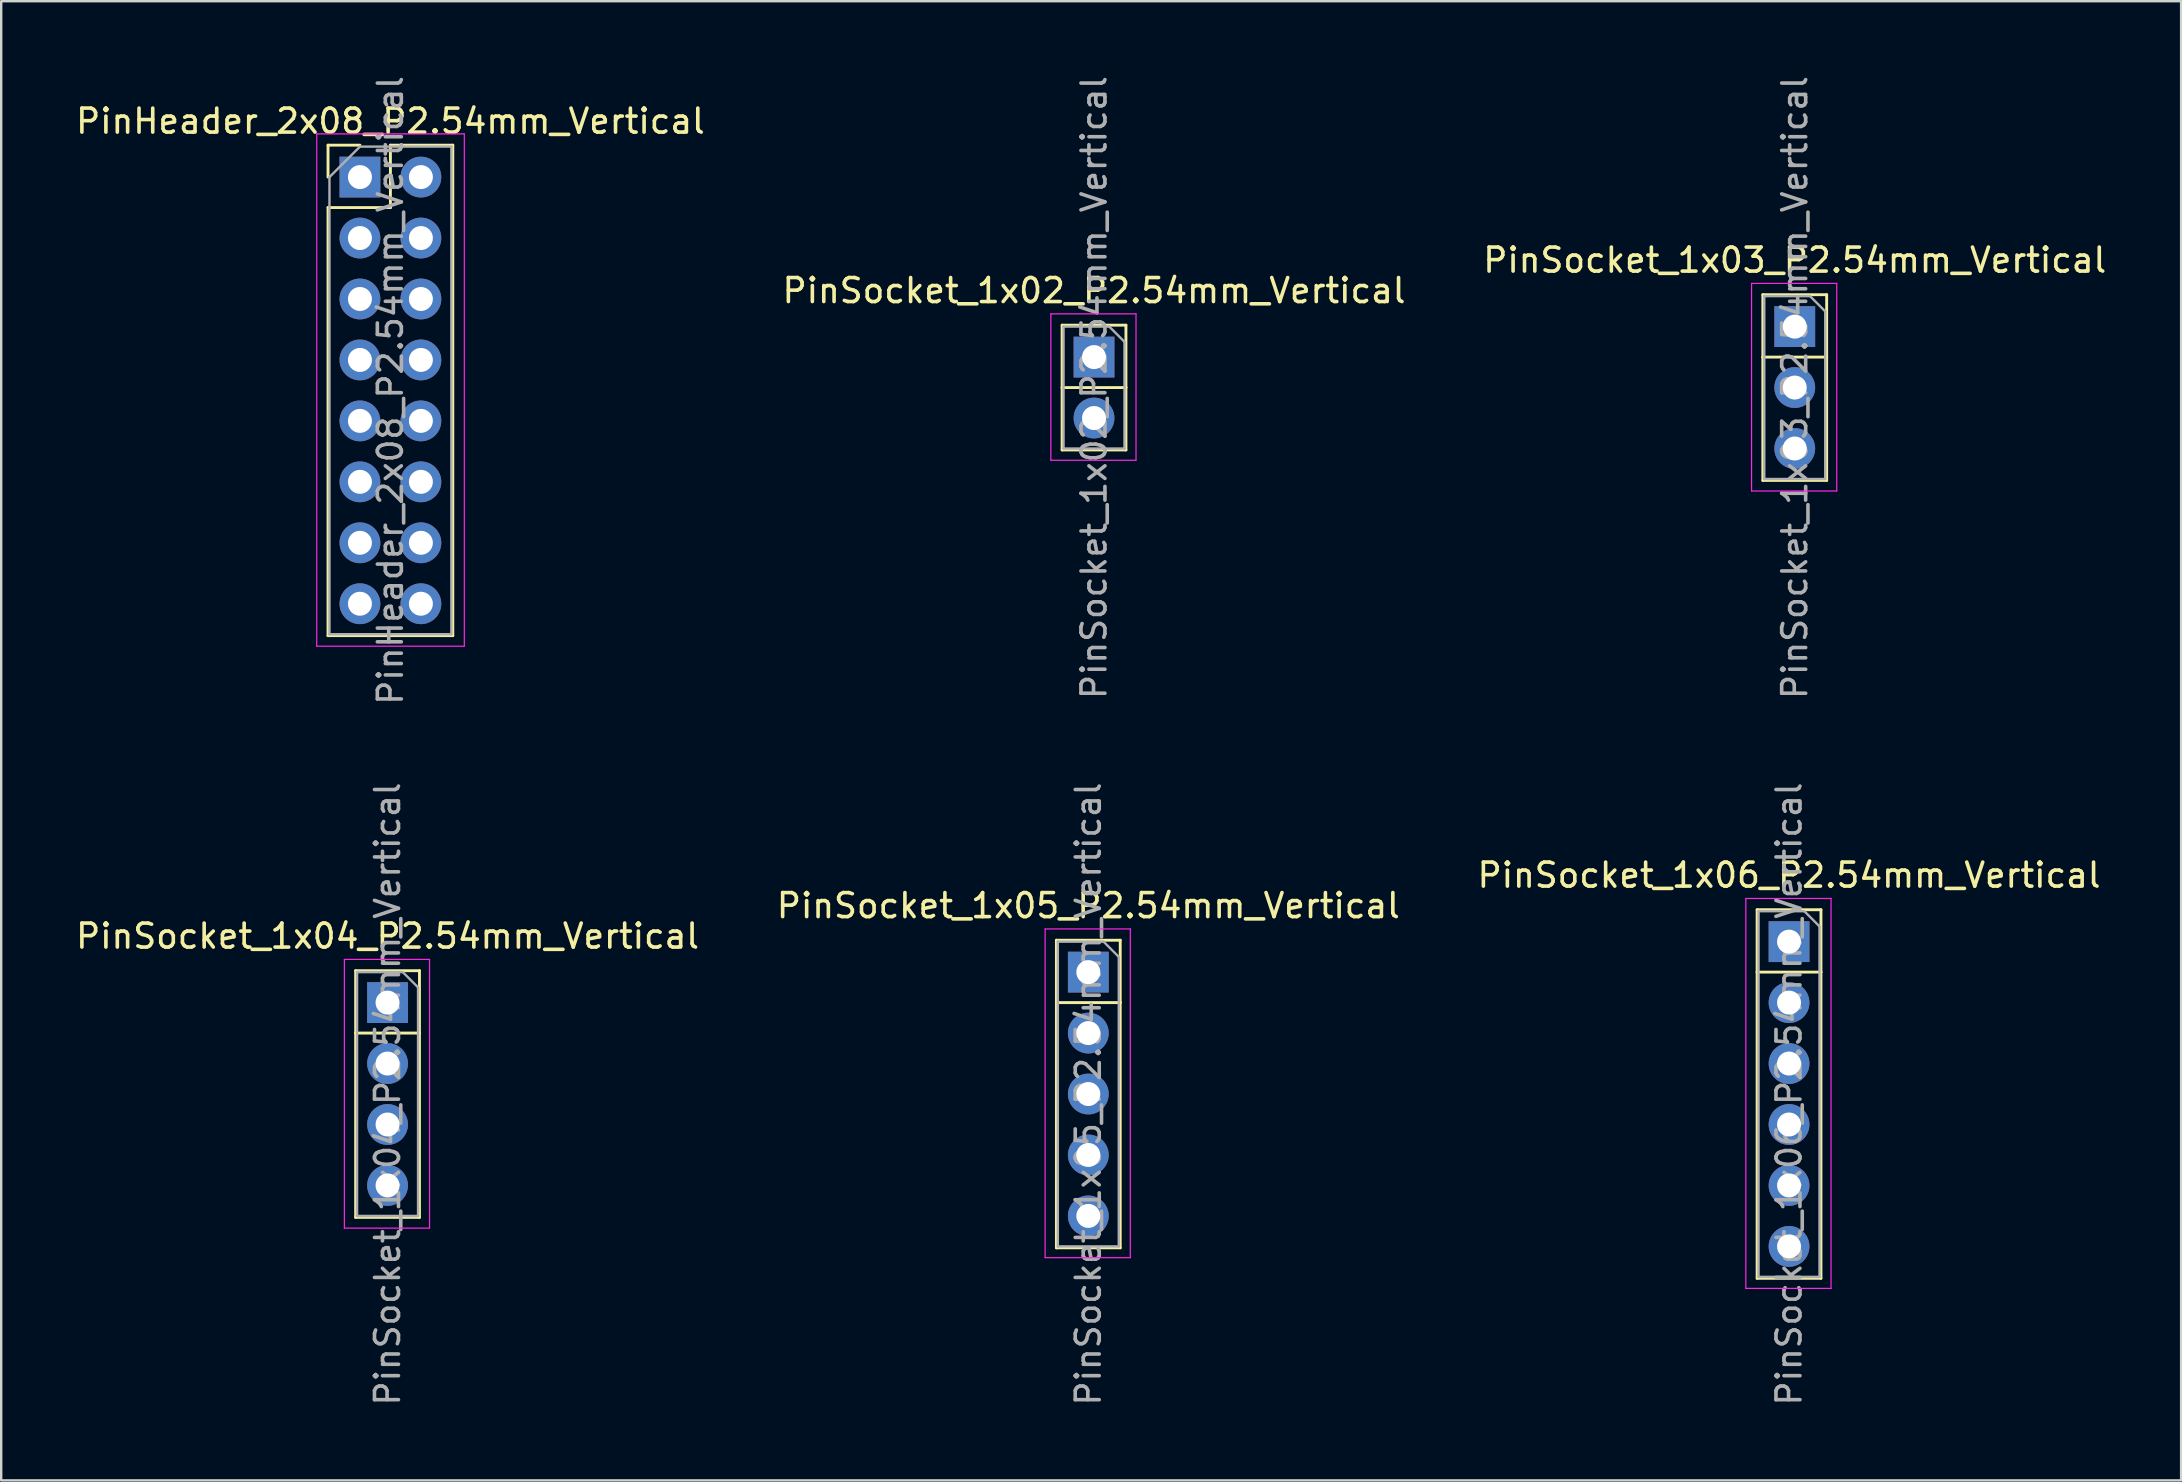
<source format=kicad_pcb>
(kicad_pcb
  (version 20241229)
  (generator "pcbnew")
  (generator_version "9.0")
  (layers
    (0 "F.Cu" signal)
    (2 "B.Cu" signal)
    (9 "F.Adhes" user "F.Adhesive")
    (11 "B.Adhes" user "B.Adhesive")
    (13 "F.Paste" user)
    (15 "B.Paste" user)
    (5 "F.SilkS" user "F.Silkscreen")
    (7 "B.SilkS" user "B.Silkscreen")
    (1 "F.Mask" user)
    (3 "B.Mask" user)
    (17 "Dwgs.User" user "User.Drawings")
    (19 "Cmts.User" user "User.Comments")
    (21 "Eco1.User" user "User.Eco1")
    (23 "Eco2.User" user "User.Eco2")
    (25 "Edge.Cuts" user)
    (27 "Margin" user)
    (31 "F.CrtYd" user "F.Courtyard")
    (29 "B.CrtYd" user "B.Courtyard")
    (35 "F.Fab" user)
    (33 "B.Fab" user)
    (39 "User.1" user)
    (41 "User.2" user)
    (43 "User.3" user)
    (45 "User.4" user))
  (footprint "PinHeader_2x08_P2.54mm_Vertical"
    (layer "F.Cu")
    (at 11.95 4.33)
    (property "Reference" "PinHeader_2x08_P2.54mm_Vertical" (at 1.27 -2.33 0) (layer "F.SilkS") (effects (font (size 1 1) (thickness 0.15))))
    (attr through_hole)
    (fp_line (start -1.33 -1.33) (end 0 -1.33) (stroke (width 0.12) (type solid)) (layer "F.SilkS"))
    (fp_line (start -1.33 0) (end -1.33 -1.33) (stroke (width 0.12) (type solid)) (layer "F.SilkS"))
    (fp_line (start -1.33 1.27) (end -1.33 19.11) (stroke (width 0.12) (type solid)) (layer "F.SilkS"))
    (fp_line (start -1.33 1.27) (end 1.27 1.27) (stroke (width 0.12) (type solid)) (layer "F.SilkS"))
    (fp_line (start -1.33 19.11) (end 3.87 19.11) (stroke (width 0.12) (type solid)) (layer "F.SilkS"))
    (fp_line (start 1.27 -1.33) (end 3.87 -1.33) (stroke (width 0.12) (type solid)) (layer "F.SilkS"))
    (fp_line (start 1.27 1.27) (end 1.27 -1.33) (stroke (width 0.12) (type solid)) (layer "F.SilkS"))
    (fp_line (start 3.87 -1.33) (end 3.87 19.11) (stroke (width 0.12) (type solid)) (layer "F.SilkS"))
    (fp_line (start -1.8 -1.8) (end -1.8 19.55) (stroke (width 0.05) (type solid)) (layer "F.CrtYd"))
    (fp_line (start -1.8 19.55) (end 4.35 19.55) (stroke (width 0.05) (type solid)) (layer "F.CrtYd"))
    (fp_line (start 4.35 -1.8) (end -1.8 -1.8) (stroke (width 0.05) (type solid)) (layer "F.CrtYd"))
    (fp_line (start 4.35 19.55) (end 4.35 -1.8) (stroke (width 0.05) (type solid)) (layer "F.CrtYd"))
    (fp_line (start -1.27 0) (end 0 -1.27) (stroke (width 0.1) (type solid)) (layer "F.Fab"))
    (fp_line (start -1.27 19.05) (end -1.27 0) (stroke (width 0.1) (type solid)) (layer "F.Fab"))
    (fp_line (start 0 -1.27) (end 3.81 -1.27) (stroke (width 0.1) (type solid)) (layer "F.Fab"))
    (fp_line (start 3.81 -1.27) (end 3.81 19.05) (stroke (width 0.1) (type solid)) (layer "F.Fab"))
    (fp_line (start 3.81 19.05) (end -1.27 19.05) (stroke (width 0.1) (type solid)) (layer "F.Fab"))
    (fp_text user "${REFERENCE}" (at 1.27 8.89 90) (layer "F.Fab") (effects (font (size 1 1) (thickness 0.15))))
    (pad "1" thru_hole rect (at 0 0) (size 1.7 1.7) (drill 1) (layers "*.Cu" "*.Mask"))
    (pad "2" thru_hole oval (at 2.54 0) (size 1.7 1.7) (drill 1) (layers "*.Cu" "*.Mask"))
    (pad "3" thru_hole oval (at 0 2.54) (size 1.7 1.7) (drill 1) (layers "*.Cu" "*.Mask"))
    (pad "4" thru_hole oval (at 2.54 2.54) (size 1.7 1.7) (drill 1) (layers "*.Cu" "*.Mask"))
    (pad "5" thru_hole oval (at 0 5.08) (size 1.7 1.7) (drill 1) (layers "*.Cu" "*.Mask"))
    (pad "6" thru_hole oval (at 2.54 5.08) (size 1.7 1.7) (drill 1) (layers "*.Cu" "*.Mask"))
    (pad "7" thru_hole oval (at 0 7.62) (size 1.7 1.7) (drill 1) (layers "*.Cu" "*.Mask"))
    (pad "8" thru_hole oval (at 2.54 7.62) (size 1.7 1.7) (drill 1) (layers "*.Cu" "*.Mask"))
    (pad "9" thru_hole oval (at 0 10.16) (size 1.7 1.7) (drill 1) (layers "*.Cu" "*.Mask"))
    (pad "10" thru_hole oval (at 2.54 10.16) (size 1.7 1.7) (drill 1) (layers "*.Cu" "*.Mask"))
    (pad "11" thru_hole oval (at 0 12.7) (size 1.7 1.7) (drill 1) (layers "*.Cu" "*.Mask"))
    (pad "12" thru_hole oval (at 2.54 12.7) (size 1.7 1.7) (drill 1) (layers "*.Cu" "*.Mask"))
    (pad "13" thru_hole oval (at 0 15.24) (size 1.7 1.7) (drill 1) (layers "*.Cu" "*.Mask"))
    (pad "14" thru_hole oval (at 2.54 15.24) (size 1.7 1.7) (drill 1) (layers "*.Cu" "*.Mask"))
    (pad "15" thru_hole oval (at 0 17.78) (size 1.7 1.7) (drill 1) (layers "*.Cu" "*.Mask"))
    (pad "16" thru_hole oval (at 2.54 17.78) (size 1.7 1.7) (drill 1) (layers "*.Cu" "*.Mask")))
  (footprint "PinSocket_1x03_P2.54mm_Vertical"
    (layer "F.Cu")
    (at 71.744 10.561)
    (property "Reference" "PinSocket_1x03_P2.54mm_Vertical" (at 0 -2.77 0) (layer "F.SilkS") (effects (font (size 1 1) (thickness 0.15))))
    (attr through_hole)
    (fp_line (start -1.33 -1.33) (end -1.33 1.27) (stroke (width 0.12) (type solid)) (layer "F.SilkS"))
    (fp_line (start -1.33 -1.33) (end 1.33 -1.33) (stroke (width 0.12) (type solid)) (layer "F.SilkS"))
    (fp_line (start -1.33 1.27) (end -1.33 6.41) (stroke (width 0.12) (type solid)) (layer "F.SilkS"))
    (fp_line (start -1.33 1.27) (end 1.33 1.27) (stroke (width 0.12) (type solid)) (layer "F.SilkS"))
    (fp_line (start -1.33 6.41) (end 1.33 6.41) (stroke (width 0.12) (type solid)) (layer "F.SilkS"))
    (fp_line (start 1.33 -1.33) (end 1.33 1.27) (stroke (width 0.12) (type solid)) (layer "F.SilkS"))
    (fp_line (start 1.33 1.27) (end 1.33 6.41) (stroke (width 0.12) (type solid)) (layer "F.SilkS"))
    (fp_line (start -1.8 -1.8) (end 1.75 -1.8) (stroke (width 0.05) (type solid)) (layer "F.CrtYd"))
    (fp_line (start -1.8 6.85) (end -1.8 -1.8) (stroke (width 0.05) (type solid)) (layer "F.CrtYd"))
    (fp_line (start 1.75 -1.8) (end 1.75 6.85) (stroke (width 0.05) (type solid)) (layer "F.CrtYd"))
    (fp_line (start 1.75 6.85) (end -1.8 6.85) (stroke (width 0.05) (type solid)) (layer "F.CrtYd"))
    (fp_line (start -1.27 -1.27) (end 0.635 -1.27) (stroke (width 0.1) (type solid)) (layer "F.Fab"))
    (fp_line (start -1.27 6.35) (end -1.27 -1.27) (stroke (width 0.1) (type solid)) (layer "F.Fab"))
    (fp_line (start 0.635 -1.27) (end 1.27 -0.635) (stroke (width 0.1) (type solid)) (layer "F.Fab"))
    (fp_line (start 1.27 -0.635) (end 1.27 6.35) (stroke (width 0.1) (type solid)) (layer "F.Fab"))
    (fp_line (start 1.27 6.35) (end -1.27 6.35) (stroke (width 0.1) (type solid)) (layer "F.Fab"))
    (fp_text user "${REFERENCE}" (at 0 2.54 90) (layer "F.Fab") (effects (font (size 1 1) (thickness 0.15))))
    (pad "1" thru_hole rect (at 0 0) (size 1.7 1.7) (drill 1) (layers "*.Cu" "*.Mask"))
    (pad "2" thru_hole oval (at 0 2.54) (size 1.7 1.7) (drill 1) (layers "*.Cu" "*.Mask"))
    (pad "3" thru_hole oval (at 0 5.08) (size 1.7 1.7) (drill 1) (layers "*.Cu" "*.Mask")))
  (footprint "PinSocket_1x02_P2.54mm_Vertical"
    (layer "F.Cu")
    (at 42.542 11.831)
    (property "Reference" "PinSocket_1x02_P2.54mm_Vertical" (at 0 -2.77 0) (layer "F.SilkS") (effects (font (size 1 1) (thickness 0.15))))
    (attr through_hole)
    (fp_line (start -1.33 -1.33) (end -1.33 1.27) (stroke (width 0.12) (type solid)) (layer "F.SilkS"))
    (fp_line (start -1.33 -1.33) (end 1.33 -1.33) (stroke (width 0.12) (type solid)) (layer "F.SilkS"))
    (fp_line (start -1.33 1.27) (end -1.33 3.87) (stroke (width 0.12) (type solid)) (layer "F.SilkS"))
    (fp_line (start -1.33 1.27) (end 1.33 1.27) (stroke (width 0.12) (type solid)) (layer "F.SilkS"))
    (fp_line (start -1.33 3.87) (end 1.33 3.87) (stroke (width 0.12) (type solid)) (layer "F.SilkS"))
    (fp_line (start 1.33 -1.33) (end 1.33 1.27) (stroke (width 0.12) (type solid)) (layer "F.SilkS"))
    (fp_line (start 1.33 1.27) (end 1.33 3.87) (stroke (width 0.12) (type solid)) (layer "F.SilkS"))
    (fp_line (start -1.8 -1.8) (end 1.75 -1.8) (stroke (width 0.05) (type solid)) (layer "F.CrtYd"))
    (fp_line (start -1.8 4.3) (end -1.8 -1.8) (stroke (width 0.05) (type solid)) (layer "F.CrtYd"))
    (fp_line (start 1.75 -1.8) (end 1.75 4.3) (stroke (width 0.05) (type solid)) (layer "F.CrtYd"))
    (fp_line (start 1.75 4.3) (end -1.8 4.3) (stroke (width 0.05) (type solid)) (layer "F.CrtYd"))
    (fp_line (start -1.27 -1.27) (end 0.635 -1.27) (stroke (width 0.1) (type solid)) (layer "F.Fab"))
    (fp_line (start -1.27 3.81) (end -1.27 -1.27) (stroke (width 0.1) (type solid)) (layer "F.Fab"))
    (fp_line (start 0.635 -1.27) (end 1.27 -0.635) (stroke (width 0.1) (type solid)) (layer "F.Fab"))
    (fp_line (start 1.27 -0.635) (end 1.27 3.81) (stroke (width 0.1) (type solid)) (layer "F.Fab"))
    (fp_line (start 1.27 3.81) (end -1.27 3.81) (stroke (width 0.1) (type solid)) (layer "F.Fab"))
    (fp_text user "${REFERENCE}" (at 0 1.27 90) (layer "F.Fab") (effects (font (size 1 1) (thickness 0.15))))
    (pad "1" thru_hole rect (at 0 0) (size 1.7 1.7) (drill 1) (layers "*.Cu" "*.Mask"))
    (pad "2" thru_hole oval (at 0 2.54) (size 1.7 1.7) (drill 1) (layers "*.Cu" "*.Mask")))
  (footprint "PinSocket_1x06_P2.54mm_Vertical"
    (layer "F.Cu")
    (at 71.506 36.192)
    (property "Reference" "PinSocket_1x06_P2.54mm_Vertical" (at 0 -2.77 0) (layer "F.SilkS") (effects (font (size 1 1) (thickness 0.15))))
    (attr through_hole)
    (fp_line (start -1.33 -1.33) (end -1.33 1.27) (stroke (width 0.12) (type solid)) (layer "F.SilkS"))
    (fp_line (start -1.33 -1.33) (end 1.33 -1.33) (stroke (width 0.12) (type solid)) (layer "F.SilkS"))
    (fp_line (start -1.33 1.27) (end -1.33 14.03) (stroke (width 0.12) (type solid)) (layer "F.SilkS"))
    (fp_line (start -1.33 1.27) (end 1.33 1.27) (stroke (width 0.12) (type solid)) (layer "F.SilkS"))
    (fp_line (start -1.33 14.03) (end 1.33 14.03) (stroke (width 0.12) (type solid)) (layer "F.SilkS"))
    (fp_line (start 1.33 -1.33) (end 1.33 1.27) (stroke (width 0.12) (type solid)) (layer "F.SilkS"))
    (fp_line (start 1.33 1.27) (end 1.33 14.03) (stroke (width 0.12) (type solid)) (layer "F.SilkS"))
    (fp_line (start -1.8 -1.8) (end 1.75 -1.8) (stroke (width 0.05) (type solid)) (layer "F.CrtYd"))
    (fp_line (start -1.8 14.45) (end -1.8 -1.8) (stroke (width 0.05) (type solid)) (layer "F.CrtYd"))
    (fp_line (start 1.75 -1.8) (end 1.75 14.45) (stroke (width 0.05) (type solid)) (layer "F.CrtYd"))
    (fp_line (start 1.75 14.45) (end -1.8 14.45) (stroke (width 0.05) (type solid)) (layer "F.CrtYd"))
    (fp_line (start -1.27 -1.27) (end 0.635 -1.27) (stroke (width 0.1) (type solid)) (layer "F.Fab"))
    (fp_line (start -1.27 13.97) (end -1.27 -1.27) (stroke (width 0.1) (type solid)) (layer "F.Fab"))
    (fp_line (start 0.635 -1.27) (end 1.27 -0.635) (stroke (width 0.1) (type solid)) (layer "F.Fab"))
    (fp_line (start 1.27 -0.635) (end 1.27 13.97) (stroke (width 0.1) (type solid)) (layer "F.Fab"))
    (fp_line (start 1.27 13.97) (end -1.27 13.97) (stroke (width 0.1) (type solid)) (layer "F.Fab"))
    (fp_text user "${REFERENCE}" (at 0 6.35 90) (layer "F.Fab") (effects (font (size 1 1) (thickness 0.15))))
    (pad "1" thru_hole rect (at 0 0) (size 1.7 1.7) (drill 1) (layers "*.Cu" "*.Mask"))
    (pad "2" thru_hole oval (at 0 2.54) (size 1.7 1.7) (drill 1) (layers "*.Cu" "*.Mask"))
    (pad "3" thru_hole oval (at 0 5.08) (size 1.7 1.7) (drill 1) (layers "*.Cu" "*.Mask"))
    (pad "4" thru_hole oval (at 0 7.62) (size 1.7 1.7) (drill 1) (layers "*.Cu" "*.Mask"))
    (pad "5" thru_hole oval (at 0 10.16) (size 1.7 1.7) (drill 1) (layers "*.Cu" "*.Mask"))
    (pad "6" thru_hole oval (at 0 12.7) (size 1.7 1.7) (drill 1) (layers "*.Cu" "*.Mask")))
  (footprint "PinSocket_1x04_P2.54mm_Vertical"
    (layer "F.Cu")
    (at 13.101 38.732)
    (property "Reference" "PinSocket_1x04_P2.54mm_Vertical" (at 0 -2.77 0) (layer "F.SilkS") (effects (font (size 1 1) (thickness 0.15))))
    (attr through_hole)
    (fp_line (start -1.33 -1.33) (end -1.33 1.27) (stroke (width 0.12) (type solid)) (layer "F.SilkS"))
    (fp_line (start -1.33 -1.33) (end 1.33 -1.33) (stroke (width 0.12) (type solid)) (layer "F.SilkS"))
    (fp_line (start -1.33 1.27) (end -1.33 8.95) (stroke (width 0.12) (type solid)) (layer "F.SilkS"))
    (fp_line (start -1.33 1.27) (end 1.33 1.27) (stroke (width 0.12) (type solid)) (layer "F.SilkS"))
    (fp_line (start -1.33 8.95) (end 1.33 8.95) (stroke (width 0.12) (type solid)) (layer "F.SilkS"))
    (fp_line (start 1.33 -1.33) (end 1.33 1.27) (stroke (width 0.12) (type solid)) (layer "F.SilkS"))
    (fp_line (start 1.33 1.27) (end 1.33 8.95) (stroke (width 0.12) (type solid)) (layer "F.SilkS"))
    (fp_line (start -1.8 -1.8) (end 1.75 -1.8) (stroke (width 0.05) (type solid)) (layer "F.CrtYd"))
    (fp_line (start -1.8 9.4) (end -1.8 -1.8) (stroke (width 0.05) (type solid)) (layer "F.CrtYd"))
    (fp_line (start 1.75 -1.8) (end 1.75 9.4) (stroke (width 0.05) (type solid)) (layer "F.CrtYd"))
    (fp_line (start 1.75 9.4) (end -1.8 9.4) (stroke (width 0.05) (type solid)) (layer "F.CrtYd"))
    (fp_line (start -1.27 -1.27) (end 0.635 -1.27) (stroke (width 0.1) (type solid)) (layer "F.Fab"))
    (fp_line (start -1.27 8.89) (end -1.27 -1.27) (stroke (width 0.1) (type solid)) (layer "F.Fab"))
    (fp_line (start 0.635 -1.27) (end 1.27 -0.635) (stroke (width 0.1) (type solid)) (layer "F.Fab"))
    (fp_line (start 1.27 -0.635) (end 1.27 8.89) (stroke (width 0.1) (type solid)) (layer "F.Fab"))
    (fp_line (start 1.27 8.89) (end -1.27 8.89) (stroke (width 0.1) (type solid)) (layer "F.Fab"))
    (fp_text user "${REFERENCE}" (at 0 3.81 90) (layer "F.Fab") (effects (font (size 1 1) (thickness 0.15))))
    (pad "1" thru_hole rect (at 0 0) (size 1.7 1.7) (drill 1) (layers "*.Cu" "*.Mask"))
    (pad "2" thru_hole oval (at 0 2.54) (size 1.7 1.7) (drill 1) (layers "*.Cu" "*.Mask"))
    (pad "3" thru_hole oval (at 0 5.08) (size 1.7 1.7) (drill 1) (layers "*.Cu" "*.Mask"))
    (pad "4" thru_hole oval (at 0 7.62) (size 1.7 1.7) (drill 1) (layers "*.Cu" "*.Mask")))
  (footprint "PinSocket_1x05_P2.54mm_Vertical"
    (layer "F.Cu")
    (at 42.304 37.462)
    (property "Reference" "PinSocket_1x05_P2.54mm_Vertical" (at 0 -2.77 0) (layer "F.SilkS") (effects (font (size 1 1) (thickness 0.15))))
    (attr through_hole)
    (fp_line (start -1.33 -1.33) (end -1.33 1.27) (stroke (width 0.12) (type solid)) (layer "F.SilkS"))
    (fp_line (start -1.33 -1.33) (end 1.33 -1.33) (stroke (width 0.12) (type solid)) (layer "F.SilkS"))
    (fp_line (start -1.33 1.27) (end -1.33 11.49) (stroke (width 0.12) (type solid)) (layer "F.SilkS"))
    (fp_line (start -1.33 1.27) (end 1.33 1.27) (stroke (width 0.12) (type solid)) (layer "F.SilkS"))
    (fp_line (start -1.33 11.49) (end 1.33 11.49) (stroke (width 0.12) (type solid)) (layer "F.SilkS"))
    (fp_line (start 1.33 -1.33) (end 1.33 1.27) (stroke (width 0.12) (type solid)) (layer "F.SilkS"))
    (fp_line (start 1.33 1.27) (end 1.33 11.49) (stroke (width 0.12) (type solid)) (layer "F.SilkS"))
    (fp_line (start -1.8 -1.8) (end 1.75 -1.8) (stroke (width 0.05) (type solid)) (layer "F.CrtYd"))
    (fp_line (start -1.8 11.9) (end -1.8 -1.8) (stroke (width 0.05) (type solid)) (layer "F.CrtYd"))
    (fp_line (start 1.75 -1.8) (end 1.75 11.9) (stroke (width 0.05) (type solid)) (layer "F.CrtYd"))
    (fp_line (start 1.75 11.9) (end -1.8 11.9) (stroke (width 0.05) (type solid)) (layer "F.CrtYd"))
    (fp_line (start -1.27 -1.27) (end 0.635 -1.27) (stroke (width 0.1) (type solid)) (layer "F.Fab"))
    (fp_line (start -1.27 11.43) (end -1.27 -1.27) (stroke (width 0.1) (type solid)) (layer "F.Fab"))
    (fp_line (start 0.635 -1.27) (end 1.27 -0.635) (stroke (width 0.1) (type solid)) (layer "F.Fab"))
    (fp_line (start 1.27 -0.635) (end 1.27 11.43) (stroke (width 0.1) (type solid)) (layer "F.Fab"))
    (fp_line (start 1.27 11.43) (end -1.27 11.43) (stroke (width 0.1) (type solid)) (layer "F.Fab"))
    (fp_text user "${REFERENCE}" (at 0 5.08 90) (layer "F.Fab") (effects (font (size 1 1) (thickness 0.15))))
    (pad "1" thru_hole rect (at 0 0) (size 1.7 1.7) (drill 1) (layers "*.Cu" "*.Mask"))
    (pad "2" thru_hole oval (at 0 2.54) (size 1.7 1.7) (drill 1) (layers "*.Cu" "*.Mask"))
    (pad "3" thru_hole oval (at 0 5.08) (size 1.7 1.7) (drill 1) (layers "*.Cu" "*.Mask"))
    (pad "4" thru_hole oval (at 0 7.62) (size 1.7 1.7) (drill 1) (layers "*.Cu" "*.Mask"))
    (pad "5" thru_hole oval (at 0 10.16) (size 1.7 1.7) (drill 1) (layers "*.Cu" "*.Mask")))
  (gr_rect
    (start -3 -3)
    (end 87.845 58.643)
    (stroke (width 0.1) (type default))
    (fill no)
    (layer "Edge.Cuts")))
</source>
